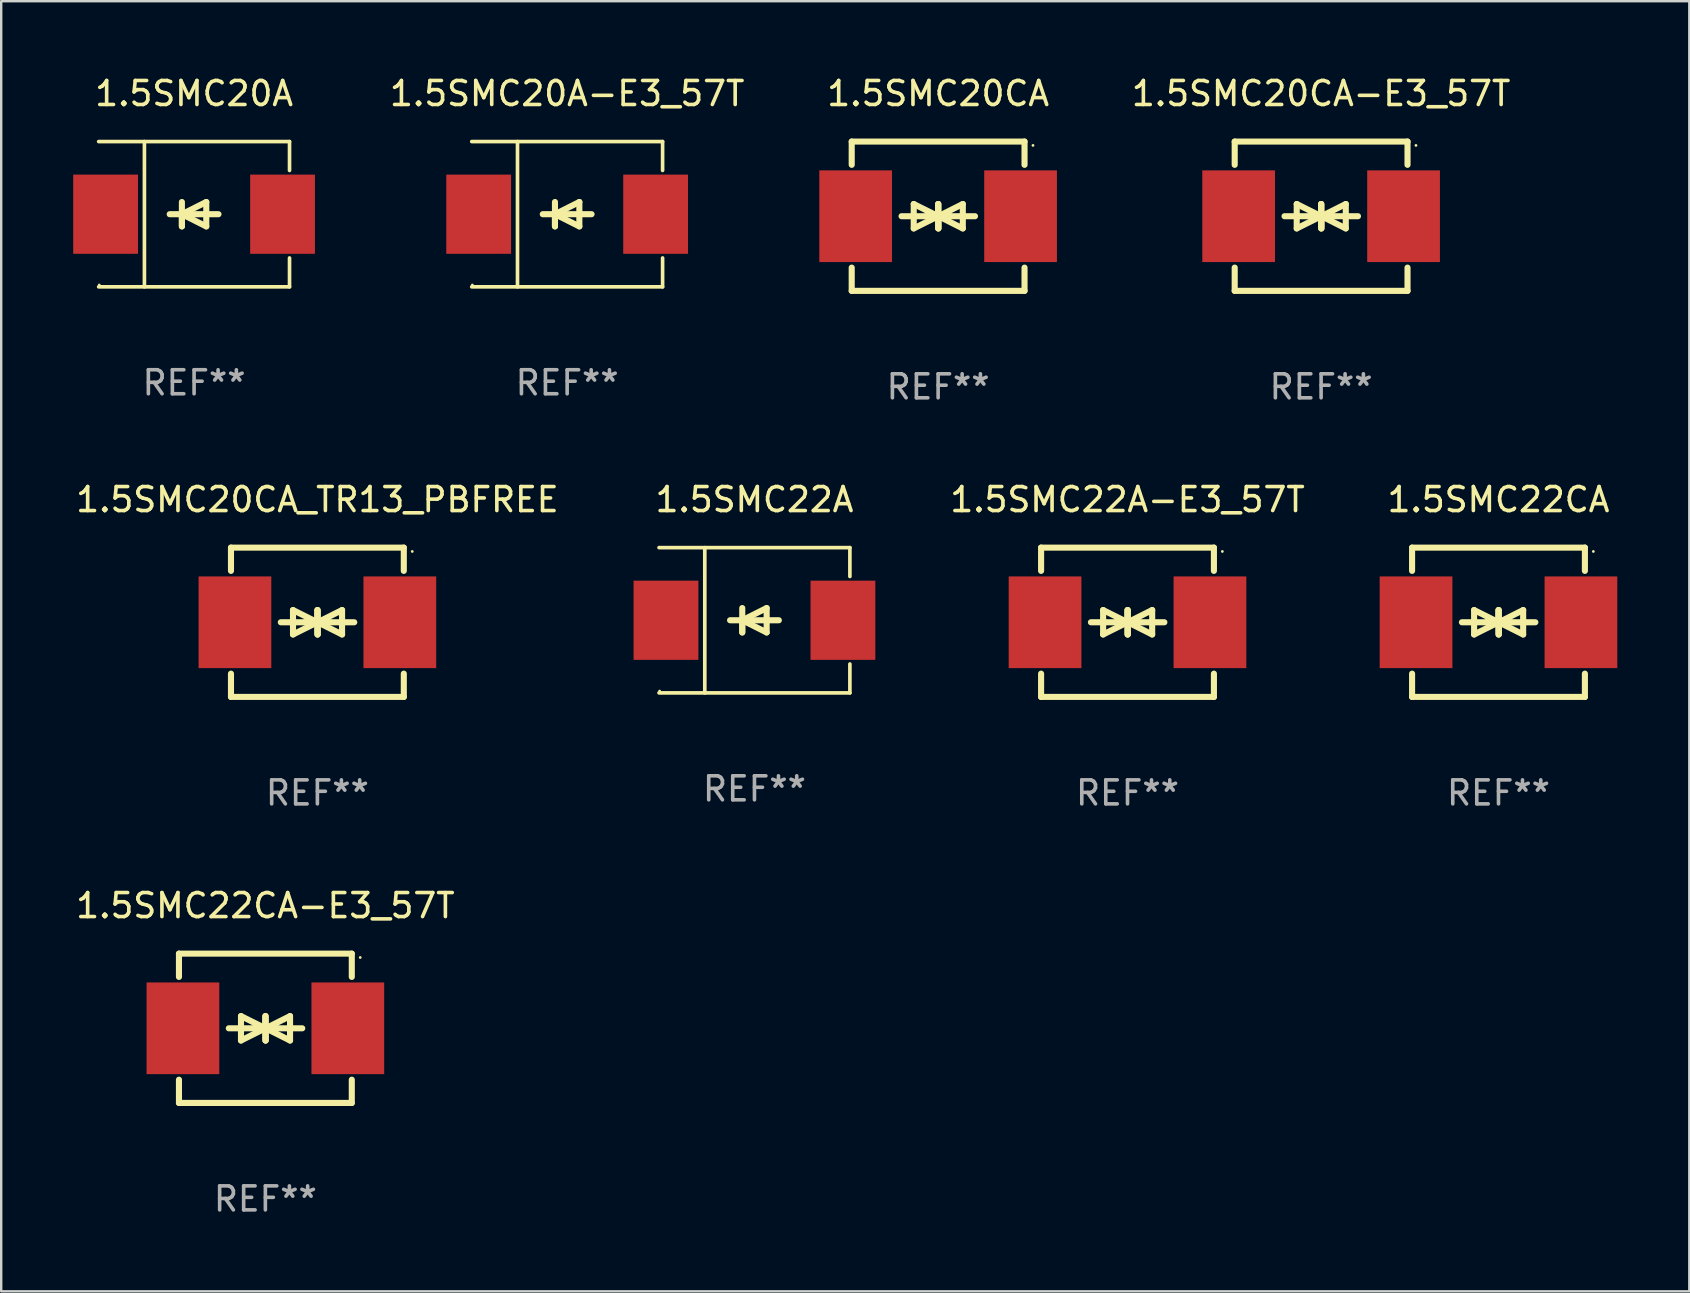
<source format=kicad_pcb>
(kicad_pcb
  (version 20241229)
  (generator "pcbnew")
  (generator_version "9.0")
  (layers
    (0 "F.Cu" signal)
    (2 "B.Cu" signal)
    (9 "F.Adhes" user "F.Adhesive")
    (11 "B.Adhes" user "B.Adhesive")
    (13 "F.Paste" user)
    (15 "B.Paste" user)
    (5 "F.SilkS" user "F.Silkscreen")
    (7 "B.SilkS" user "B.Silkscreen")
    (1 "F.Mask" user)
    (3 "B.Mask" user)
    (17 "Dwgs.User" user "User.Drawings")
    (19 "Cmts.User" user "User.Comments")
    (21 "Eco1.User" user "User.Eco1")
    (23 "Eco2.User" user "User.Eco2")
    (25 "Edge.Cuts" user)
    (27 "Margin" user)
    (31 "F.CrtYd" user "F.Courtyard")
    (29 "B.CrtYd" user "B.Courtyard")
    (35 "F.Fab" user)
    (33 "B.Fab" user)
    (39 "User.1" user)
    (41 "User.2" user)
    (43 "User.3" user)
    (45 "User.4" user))
  (footprint "1.5SMC22CA"
    (layer "F.Cu")
    (at 59.38 22.875)
    (property "Reference" "1.5SMC22CA" (at 0 -5.11 0) (layer "F.SilkS") (effects (font (size 1 1) (thickness 0.15))))
    (attr through_hole)
    (fp_line (start -3.6 -2.141) (end -3.6 -3.11) (stroke (width 0.254) (type solid)) (layer "F.SilkS"))
    (fp_line (start -3.6 3.11) (end -3.6 2.141) (stroke (width 0.254) (type solid)) (layer "F.SilkS"))
    (fp_line (start -1.524 0) (end 0.508 0) (stroke (width 0.254) (type solid)) (layer "F.SilkS"))
    (fp_line (start -1.016 -0.508) (end -1.016 0.508) (stroke (width 0.254) (type solid)) (layer "F.SilkS"))
    (fp_line (start -1.016 0.508) (end 0 0) (stroke (width 0.254) (type solid)) (layer "F.SilkS"))
    (fp_line (start 0 -0.508) (end 0 0.508) (stroke (width 0.254) (type solid)) (layer "F.SilkS"))
    (fp_line (start 0 0) (end -1.016 -0.508) (stroke (width 0.254) (type solid)) (layer "F.SilkS"))
    (fp_line (start 0 0) (end 0 -0.508) (stroke (width 0.254) (type solid)) (layer "F.SilkS"))
    (fp_line (start 0.012 0) (end 0.012 0.508) (stroke (width 0.254) (type solid)) (layer "F.SilkS"))
    (fp_line (start 0.012 0) (end 1.028 0.508) (stroke (width 0.254) (type solid)) (layer "F.SilkS"))
    (fp_line (start 0.012 0.508) (end 0.012 -0.508) (stroke (width 0.254) (type solid)) (layer "F.SilkS"))
    (fp_line (start 1.028 -0.508) (end 0.012 0) (stroke (width 0.254) (type solid)) (layer "F.SilkS"))
    (fp_line (start 1.028 0.508) (end 1.028 -0.508) (stroke (width 0.254) (type solid)) (layer "F.SilkS"))
    (fp_line (start 1.536 0) (end -0.496 0) (stroke (width 0.254) (type solid)) (layer "F.SilkS"))
    (fp_line (start 3.6 -3.11) (end -3.6 -3.11) (stroke (width 0.254) (type solid)) (layer "F.SilkS"))
    (fp_line (start 3.6 -2.141) (end 3.6 -3.11) (stroke (width 0.254) (type solid)) (layer "F.SilkS"))
    (fp_line (start 3.6 3.11) (end -3.6 3.11) (stroke (width 0.254) (type solid)) (layer "F.SilkS"))
    (fp_line (start 3.6 3.11) (end 3.6 2.141) (stroke (width 0.254) (type solid)) (layer "F.SilkS"))
    (fp_circle (center 3.952 -2.95) (end 3.982 -2.95) (stroke (width 0.06) (type solid)) (fill no) (layer "F.SilkS"))
    (fp_text user "REF**" (at 0 7.11 0) (layer "F.Fab") (effects (font (size 1 1) (thickness 0.15))))
    (pad "1" smd rect (at 3.435 0) (size 3.03 3.82) (layers "F.Cu" "F.Mask" "F.Paste"))
    (pad "2" smd rect (at -3.435 0) (size 3.03 3.82) (layers "F.Cu" "F.Mask" "F.Paste")))
  (footprint "1.5SMC20CA"
    (layer "F.Cu")
    (at 36.034 5.958)
    (property "Reference" "1.5SMC20CA" (at 0 -5.11 0) (layer "F.SilkS") (effects (font (size 1 1) (thickness 0.15))))
    (attr through_hole)
    (fp_line (start -3.6 -2.141) (end -3.6 -3.11) (stroke (width 0.254) (type solid)) (layer "F.SilkS"))
    (fp_line (start -3.6 3.11) (end -3.6 2.141) (stroke (width 0.254) (type solid)) (layer "F.SilkS"))
    (fp_line (start -1.524 0) (end 0.508 0) (stroke (width 0.254) (type solid)) (layer "F.SilkS"))
    (fp_line (start -1.016 -0.508) (end -1.016 0.508) (stroke (width 0.254) (type solid)) (layer "F.SilkS"))
    (fp_line (start -1.016 0.508) (end 0 0) (stroke (width 0.254) (type solid)) (layer "F.SilkS"))
    (fp_line (start 0 -0.508) (end 0 0.508) (stroke (width 0.254) (type solid)) (layer "F.SilkS"))
    (fp_line (start 0 0) (end -1.016 -0.508) (stroke (width 0.254) (type solid)) (layer "F.SilkS"))
    (fp_line (start 0 0) (end 0 -0.508) (stroke (width 0.254) (type solid)) (layer "F.SilkS"))
    (fp_line (start 0.012 0) (end 0.012 0.508) (stroke (width 0.254) (type solid)) (layer "F.SilkS"))
    (fp_line (start 0.012 0) (end 1.028 0.508) (stroke (width 0.254) (type solid)) (layer "F.SilkS"))
    (fp_line (start 0.012 0.508) (end 0.012 -0.508) (stroke (width 0.254) (type solid)) (layer "F.SilkS"))
    (fp_line (start 1.028 -0.508) (end 0.012 0) (stroke (width 0.254) (type solid)) (layer "F.SilkS"))
    (fp_line (start 1.028 0.508) (end 1.028 -0.508) (stroke (width 0.254) (type solid)) (layer "F.SilkS"))
    (fp_line (start 1.536 0) (end -0.496 0) (stroke (width 0.254) (type solid)) (layer "F.SilkS"))
    (fp_line (start 3.6 -3.11) (end -3.6 -3.11) (stroke (width 0.254) (type solid)) (layer "F.SilkS"))
    (fp_line (start 3.6 -2.141) (end 3.6 -3.11) (stroke (width 0.254) (type solid)) (layer "F.SilkS"))
    (fp_line (start 3.6 3.11) (end -3.6 3.11) (stroke (width 0.254) (type solid)) (layer "F.SilkS"))
    (fp_line (start 3.6 3.11) (end 3.6 2.141) (stroke (width 0.254) (type solid)) (layer "F.SilkS"))
    (fp_circle (center 3.952 -2.95) (end 3.982 -2.95) (stroke (width 0.06) (type solid)) (fill no) (layer "F.SilkS"))
    (fp_text user "REF**" (at 0 7.11 0) (layer "F.Fab") (effects (font (size 1 1) (thickness 0.15))))
    (pad "1" smd rect (at 3.435 0) (size 3.03 3.82) (layers "F.Cu" "F.Mask" "F.Paste"))
    (pad "2" smd rect (at -3.435 0) (size 3.03 3.82) (layers "F.Cu" "F.Mask" "F.Paste")))
  (footprint "1.5SMC20A"
    (layer "F.Cu")
    (at 5.036 5.874)
    (property "Reference" "1.5SMC20A" (at 0 -5.026 0) (layer "F.SilkS") (effects (font (size 1 1) (thickness 0.15))))
    (attr through_hole)
    (fp_line (start -3.976 -3.026) (end 3.976 -3.026) (stroke (width 0.152) (type solid)) (layer "F.SilkS"))
    (fp_line (start -3.976 3.026) (end 3.976 3.026) (stroke (width 0.152) (type solid)) (layer "F.SilkS"))
    (fp_line (start -2.069 -3.026) (end -2.069 3.026) (stroke (width 0.152) (type solid)) (layer "F.SilkS"))
    (fp_line (start -0.508 0) (end -0.508 0.508) (stroke (width 0.254) (type solid)) (layer "F.SilkS"))
    (fp_line (start -0.508 0) (end 0.508 0.508) (stroke (width 0.254) (type solid)) (layer "F.SilkS"))
    (fp_line (start -0.508 0.508) (end -0.508 -0.508) (stroke (width 0.254) (type solid)) (layer "F.SilkS"))
    (fp_line (start 0.508 -0.508) (end -0.508 0) (stroke (width 0.254) (type solid)) (layer "F.SilkS"))
    (fp_line (start 0.508 0.508) (end 0.508 -0.508) (stroke (width 0.254) (type solid)) (layer "F.SilkS"))
    (fp_line (start 1.016 0) (end -1.016 0) (stroke (width 0.254) (type solid)) (layer "F.SilkS"))
    (fp_line (start 3.976 -3.026) (end 3.976 -1.823) (stroke (width 0.152) (type solid)) (layer "F.SilkS"))
    (fp_line (start 3.976 3.026) (end 3.976 1.823) (stroke (width 0.152) (type solid)) (layer "F.SilkS"))
    (fp_circle (center -3.95 2.95) (end -3.92 2.95) (stroke (width 0.06) (type solid)) (fill no) (layer "F.SilkS"))
    (fp_text user "REF**" (at 0 7.026 0) (layer "F.Fab") (effects (font (size 1 1) (thickness 0.15))))
    (pad "1" smd rect (at -3.686 0) (size 2.7 3.3) (layers "F.Cu" "F.Mask" "F.Paste"))
    (pad "2" smd rect (at 3.686 0) (size 2.7 3.3) (layers "F.Cu" "F.Mask" "F.Paste")))
  (footprint "1.5SMC20A-E3_57T"
    (layer "F.Cu")
    (at 20.579 5.874)
    (property "Reference" "1.5SMC20A-E3_57T" (at 0 -5.026 0) (layer "F.SilkS") (effects (font (size 1 1) (thickness 0.15))))
    (attr through_hole)
    (fp_line (start -3.976 -3.026) (end 3.976 -3.026) (stroke (width 0.152) (type solid)) (layer "F.SilkS"))
    (fp_line (start -3.976 3.026) (end 3.976 3.026) (stroke (width 0.152) (type solid)) (layer "F.SilkS"))
    (fp_line (start -2.069 -3.026) (end -2.069 3.026) (stroke (width 0.152) (type solid)) (layer "F.SilkS"))
    (fp_line (start -0.508 0) (end -0.508 0.508) (stroke (width 0.254) (type solid)) (layer "F.SilkS"))
    (fp_line (start -0.508 0) (end 0.508 0.508) (stroke (width 0.254) (type solid)) (layer "F.SilkS"))
    (fp_line (start -0.508 0.508) (end -0.508 -0.508) (stroke (width 0.254) (type solid)) (layer "F.SilkS"))
    (fp_line (start 0.508 -0.508) (end -0.508 0) (stroke (width 0.254) (type solid)) (layer "F.SilkS"))
    (fp_line (start 0.508 0.508) (end 0.508 -0.508) (stroke (width 0.254) (type solid)) (layer "F.SilkS"))
    (fp_line (start 1.016 0) (end -1.016 0) (stroke (width 0.254) (type solid)) (layer "F.SilkS"))
    (fp_line (start 3.976 -3.026) (end 3.976 -1.823) (stroke (width 0.152) (type solid)) (layer "F.SilkS"))
    (fp_line (start 3.976 3.026) (end 3.976 1.823) (stroke (width 0.152) (type solid)) (layer "F.SilkS"))
    (fp_circle (center -3.95 2.95) (end -3.92 2.95) (stroke (width 0.06) (type solid)) (fill no) (layer "F.SilkS"))
    (fp_text user "REF**" (at 0 7.026 0) (layer "F.Fab") (effects (font (size 1 1) (thickness 0.15))))
    (pad "1" smd rect (at -3.686 0) (size 2.7 3.3) (layers "F.Cu" "F.Mask" "F.Paste"))
    (pad "2" smd rect (at 3.686 0) (size 2.7 3.3) (layers "F.Cu" "F.Mask" "F.Paste")))
  (footprint "1.5SMC22CA-E3_57T"
    (layer "F.Cu")
    (at 8.006 39.791)
    (property "Reference" "1.5SMC22CA-E3_57T" (at 0 -5.11 0) (layer "F.SilkS") (effects (font (size 1 1) (thickness 0.15))))
    (attr through_hole)
    (fp_line (start -3.6 -2.141) (end -3.6 -3.11) (stroke (width 0.254) (type solid)) (layer "F.SilkS"))
    (fp_line (start -3.6 3.11) (end -3.6 2.141) (stroke (width 0.254) (type solid)) (layer "F.SilkS"))
    (fp_line (start -1.524 0) (end 0.508 0) (stroke (width 0.254) (type solid)) (layer "F.SilkS"))
    (fp_line (start -1.016 -0.508) (end -1.016 0.508) (stroke (width 0.254) (type solid)) (layer "F.SilkS"))
    (fp_line (start -1.016 0.508) (end 0 0) (stroke (width 0.254) (type solid)) (layer "F.SilkS"))
    (fp_line (start 0 -0.508) (end 0 0.508) (stroke (width 0.254) (type solid)) (layer "F.SilkS"))
    (fp_line (start 0 0) (end -1.016 -0.508) (stroke (width 0.254) (type solid)) (layer "F.SilkS"))
    (fp_line (start 0 0) (end 0 -0.508) (stroke (width 0.254) (type solid)) (layer "F.SilkS"))
    (fp_line (start 0.012 0) (end 0.012 0.508) (stroke (width 0.254) (type solid)) (layer "F.SilkS"))
    (fp_line (start 0.012 0) (end 1.028 0.508) (stroke (width 0.254) (type solid)) (layer "F.SilkS"))
    (fp_line (start 0.012 0.508) (end 0.012 -0.508) (stroke (width 0.254) (type solid)) (layer "F.SilkS"))
    (fp_line (start 1.028 -0.508) (end 0.012 0) (stroke (width 0.254) (type solid)) (layer "F.SilkS"))
    (fp_line (start 1.028 0.508) (end 1.028 -0.508) (stroke (width 0.254) (type solid)) (layer "F.SilkS"))
    (fp_line (start 1.536 0) (end -0.496 0) (stroke (width 0.254) (type solid)) (layer "F.SilkS"))
    (fp_line (start 3.6 -3.11) (end -3.6 -3.11) (stroke (width 0.254) (type solid)) (layer "F.SilkS"))
    (fp_line (start 3.6 -2.141) (end 3.6 -3.11) (stroke (width 0.254) (type solid)) (layer "F.SilkS"))
    (fp_line (start 3.6 3.11) (end -3.6 3.11) (stroke (width 0.254) (type solid)) (layer "F.SilkS"))
    (fp_line (start 3.6 3.11) (end 3.6 2.141) (stroke (width 0.254) (type solid)) (layer "F.SilkS"))
    (fp_circle (center 3.952 -2.95) (end 3.982 -2.95) (stroke (width 0.06) (type solid)) (fill no) (layer "F.SilkS"))
    (fp_text user "REF**" (at 0 7.11 0) (layer "F.Fab") (effects (font (size 1 1) (thickness 0.15))))
    (pad "1" smd rect (at 3.435 0) (size 3.03 3.82) (layers "F.Cu" "F.Mask" "F.Paste"))
    (pad "2" smd rect (at -3.435 0) (size 3.03 3.82) (layers "F.Cu" "F.Mask" "F.Paste")))
  (footprint "1.5SMC22A"
    (layer "F.Cu")
    (at 28.382 22.791)
    (property "Reference" "1.5SMC22A" (at 0 -5.026 0) (layer "F.SilkS") (effects (font (size 1 1) (thickness 0.15))))
    (attr through_hole)
    (fp_line (start -3.976 -3.026) (end 3.976 -3.026) (stroke (width 0.152) (type solid)) (layer "F.SilkS"))
    (fp_line (start -3.976 3.026) (end 3.976 3.026) (stroke (width 0.152) (type solid)) (layer "F.SilkS"))
    (fp_line (start -2.069 -3.026) (end -2.069 3.026) (stroke (width 0.152) (type solid)) (layer "F.SilkS"))
    (fp_line (start -0.508 0) (end -0.508 0.508) (stroke (width 0.254) (type solid)) (layer "F.SilkS"))
    (fp_line (start -0.508 0) (end 0.508 0.508) (stroke (width 0.254) (type solid)) (layer "F.SilkS"))
    (fp_line (start -0.508 0.508) (end -0.508 -0.508) (stroke (width 0.254) (type solid)) (layer "F.SilkS"))
    (fp_line (start 0.508 -0.508) (end -0.508 0) (stroke (width 0.254) (type solid)) (layer "F.SilkS"))
    (fp_line (start 0.508 0.508) (end 0.508 -0.508) (stroke (width 0.254) (type solid)) (layer "F.SilkS"))
    (fp_line (start 1.016 0) (end -1.016 0) (stroke (width 0.254) (type solid)) (layer "F.SilkS"))
    (fp_line (start 3.976 -3.026) (end 3.976 -1.823) (stroke (width 0.152) (type solid)) (layer "F.SilkS"))
    (fp_line (start 3.976 3.026) (end 3.976 1.823) (stroke (width 0.152) (type solid)) (layer "F.SilkS"))
    (fp_circle (center -3.95 2.95) (end -3.92 2.95) (stroke (width 0.06) (type solid)) (fill no) (layer "F.SilkS"))
    (fp_text user "REF**" (at 0 7.026 0) (layer "F.Fab") (effects (font (size 1 1) (thickness 0.15))))
    (pad "1" smd rect (at -3.686 0) (size 2.7 3.3) (layers "F.Cu" "F.Mask" "F.Paste"))
    (pad "2" smd rect (at 3.686 0) (size 2.7 3.3) (layers "F.Cu" "F.Mask" "F.Paste")))
  (footprint "1.5SMC20CA_TR13_PBFREE"
    (layer "F.Cu")
    (at 10.173 22.875)
    (property "Reference" "1.5SMC20CA_TR13_PBFREE" (at 0 -5.11 0) (layer "F.SilkS") (effects (font (size 1 1) (thickness 0.15))))
    (attr through_hole)
    (fp_line (start -3.6 -2.141) (end -3.6 -3.11) (stroke (width 0.254) (type solid)) (layer "F.SilkS"))
    (fp_line (start -3.6 3.11) (end -3.6 2.141) (stroke (width 0.254) (type solid)) (layer "F.SilkS"))
    (fp_line (start -1.524 0) (end 0.508 0) (stroke (width 0.254) (type solid)) (layer "F.SilkS"))
    (fp_line (start -1.016 -0.508) (end -1.016 0.508) (stroke (width 0.254) (type solid)) (layer "F.SilkS"))
    (fp_line (start -1.016 0.508) (end 0 0) (stroke (width 0.254) (type solid)) (layer "F.SilkS"))
    (fp_line (start 0 -0.508) (end 0 0.508) (stroke (width 0.254) (type solid)) (layer "F.SilkS"))
    (fp_line (start 0 0) (end -1.016 -0.508) (stroke (width 0.254) (type solid)) (layer "F.SilkS"))
    (fp_line (start 0 0) (end 0 -0.508) (stroke (width 0.254) (type solid)) (layer "F.SilkS"))
    (fp_line (start 0.012 0) (end 0.012 0.508) (stroke (width 0.254) (type solid)) (layer "F.SilkS"))
    (fp_line (start 0.012 0) (end 1.028 0.508) (stroke (width 0.254) (type solid)) (layer "F.SilkS"))
    (fp_line (start 0.012 0.508) (end 0.012 -0.508) (stroke (width 0.254) (type solid)) (layer "F.SilkS"))
    (fp_line (start 1.028 -0.508) (end 0.012 0) (stroke (width 0.254) (type solid)) (layer "F.SilkS"))
    (fp_line (start 1.028 0.508) (end 1.028 -0.508) (stroke (width 0.254) (type solid)) (layer "F.SilkS"))
    (fp_line (start 1.536 0) (end -0.496 0) (stroke (width 0.254) (type solid)) (layer "F.SilkS"))
    (fp_line (start 3.6 -3.11) (end -3.6 -3.11) (stroke (width 0.254) (type solid)) (layer "F.SilkS"))
    (fp_line (start 3.6 -2.141) (end 3.6 -3.11) (stroke (width 0.254) (type solid)) (layer "F.SilkS"))
    (fp_line (start 3.6 3.11) (end -3.6 3.11) (stroke (width 0.254) (type solid)) (layer "F.SilkS"))
    (fp_line (start 3.6 3.11) (end 3.6 2.141) (stroke (width 0.254) (type solid)) (layer "F.SilkS"))
    (fp_circle (center 3.952 -2.95) (end 3.982 -2.95) (stroke (width 0.06) (type solid)) (fill no) (layer "F.SilkS"))
    (fp_text user "REF**" (at 0 7.11 0) (layer "F.Fab") (effects (font (size 1 1) (thickness 0.15))))
    (pad "1" smd rect (at 3.435 0) (size 3.03 3.82) (layers "F.Cu" "F.Mask" "F.Paste"))
    (pad "2" smd rect (at -3.435 0) (size 3.03 3.82) (layers "F.Cu" "F.Mask" "F.Paste")))
  (footprint "1.5SMC22A-E3_57T"
    (layer "F.Cu")
    (at 43.924 22.875)
    (property "Reference" "1.5SMC22A-E3_57T" (at 0 -5.11 0) (layer "F.SilkS") (effects (font (size 1 1) (thickness 0.15))))
    (attr through_hole)
    (fp_line (start -3.6 -2.141) (end -3.6 -3.11) (stroke (width 0.254) (type solid)) (layer "F.SilkS"))
    (fp_line (start -3.6 3.11) (end -3.6 2.141) (stroke (width 0.254) (type solid)) (layer "F.SilkS"))
    (fp_line (start -1.524 0) (end 0.508 0) (stroke (width 0.254) (type solid)) (layer "F.SilkS"))
    (fp_line (start -1.016 -0.508) (end -1.016 0.508) (stroke (width 0.254) (type solid)) (layer "F.SilkS"))
    (fp_line (start -1.016 0.508) (end 0 0) (stroke (width 0.254) (type solid)) (layer "F.SilkS"))
    (fp_line (start 0 -0.508) (end 0 0.508) (stroke (width 0.254) (type solid)) (layer "F.SilkS"))
    (fp_line (start 0 0) (end -1.016 -0.508) (stroke (width 0.254) (type solid)) (layer "F.SilkS"))
    (fp_line (start 0 0) (end 0 -0.508) (stroke (width 0.254) (type solid)) (layer "F.SilkS"))
    (fp_line (start 0.012 0) (end 0.012 0.508) (stroke (width 0.254) (type solid)) (layer "F.SilkS"))
    (fp_line (start 0.012 0) (end 1.028 0.508) (stroke (width 0.254) (type solid)) (layer "F.SilkS"))
    (fp_line (start 0.012 0.508) (end 0.012 -0.508) (stroke (width 0.254) (type solid)) (layer "F.SilkS"))
    (fp_line (start 1.028 -0.508) (end 0.012 0) (stroke (width 0.254) (type solid)) (layer "F.SilkS"))
    (fp_line (start 1.028 0.508) (end 1.028 -0.508) (stroke (width 0.254) (type solid)) (layer "F.SilkS"))
    (fp_line (start 1.536 0) (end -0.496 0) (stroke (width 0.254) (type solid)) (layer "F.SilkS"))
    (fp_line (start 3.6 -3.11) (end -3.6 -3.11) (stroke (width 0.254) (type solid)) (layer "F.SilkS"))
    (fp_line (start 3.6 -2.141) (end 3.6 -3.11) (stroke (width 0.254) (type solid)) (layer "F.SilkS"))
    (fp_line (start 3.6 3.11) (end -3.6 3.11) (stroke (width 0.254) (type solid)) (layer "F.SilkS"))
    (fp_line (start 3.6 3.11) (end 3.6 2.141) (stroke (width 0.254) (type solid)) (layer "F.SilkS"))
    (fp_circle (center 3.952 -2.95) (end 3.982 -2.95) (stroke (width 0.06) (type solid)) (fill no) (layer "F.SilkS"))
    (fp_text user "REF**" (at 0 7.11 0) (layer "F.Fab") (effects (font (size 1 1) (thickness 0.15))))
    (pad "1" smd rect (at 3.435 0) (size 3.03 3.82) (layers "F.Cu" "F.Mask" "F.Paste"))
    (pad "2" smd rect (at -3.435 0) (size 3.03 3.82) (layers "F.Cu" "F.Mask" "F.Paste")))
  (footprint "1.5SMC20CA-E3_57T"
    (layer "F.Cu")
    (at 51.99 5.958)
    (property "Reference" "1.5SMC20CA-E3_57T" (at 0 -5.11 0) (layer "F.SilkS") (effects (font (size 1 1) (thickness 0.15))))
    (attr through_hole)
    (fp_line (start -3.6 -2.141) (end -3.6 -3.11) (stroke (width 0.254) (type solid)) (layer "F.SilkS"))
    (fp_line (start -3.6 3.11) (end -3.6 2.141) (stroke (width 0.254) (type solid)) (layer "F.SilkS"))
    (fp_line (start -1.524 0) (end 0.508 0) (stroke (width 0.254) (type solid)) (layer "F.SilkS"))
    (fp_line (start -1.016 -0.508) (end -1.016 0.508) (stroke (width 0.254) (type solid)) (layer "F.SilkS"))
    (fp_line (start -1.016 0.508) (end 0 0) (stroke (width 0.254) (type solid)) (layer "F.SilkS"))
    (fp_line (start 0 -0.508) (end 0 0.508) (stroke (width 0.254) (type solid)) (layer "F.SilkS"))
    (fp_line (start 0 0) (end -1.016 -0.508) (stroke (width 0.254) (type solid)) (layer "F.SilkS"))
    (fp_line (start 0 0) (end 0 -0.508) (stroke (width 0.254) (type solid)) (layer "F.SilkS"))
    (fp_line (start 0.012 0) (end 0.012 0.508) (stroke (width 0.254) (type solid)) (layer "F.SilkS"))
    (fp_line (start 0.012 0) (end 1.028 0.508) (stroke (width 0.254) (type solid)) (layer "F.SilkS"))
    (fp_line (start 0.012 0.508) (end 0.012 -0.508) (stroke (width 0.254) (type solid)) (layer "F.SilkS"))
    (fp_line (start 1.028 -0.508) (end 0.012 0) (stroke (width 0.254) (type solid)) (layer "F.SilkS"))
    (fp_line (start 1.028 0.508) (end 1.028 -0.508) (stroke (width 0.254) (type solid)) (layer "F.SilkS"))
    (fp_line (start 1.536 0) (end -0.496 0) (stroke (width 0.254) (type solid)) (layer "F.SilkS"))
    (fp_line (start 3.6 -3.11) (end -3.6 -3.11) (stroke (width 0.254) (type solid)) (layer "F.SilkS"))
    (fp_line (start 3.6 -2.141) (end 3.6 -3.11) (stroke (width 0.254) (type solid)) (layer "F.SilkS"))
    (fp_line (start 3.6 3.11) (end -3.6 3.11) (stroke (width 0.254) (type solid)) (layer "F.SilkS"))
    (fp_line (start 3.6 3.11) (end 3.6 2.141) (stroke (width 0.254) (type solid)) (layer "F.SilkS"))
    (fp_circle (center 3.952 -2.95) (end 3.982 -2.95) (stroke (width 0.06) (type solid)) (fill no) (layer "F.SilkS"))
    (fp_text user "REF**" (at 0 7.11 0) (layer "F.Fab") (effects (font (size 1 1) (thickness 0.15))))
    (pad "1" smd rect (at 3.435 0) (size 3.03 3.82) (layers "F.Cu" "F.Mask" "F.Paste"))
    (pad "2" smd rect (at -3.435 0) (size 3.03 3.82) (layers "F.Cu" "F.Mask" "F.Paste")))
  (gr_rect
    (start -3 -3)
    (end 67.33 50.75)
    (stroke (width 0.1) (type default))
    (fill no)
    (layer "Edge.Cuts")))
</source>
